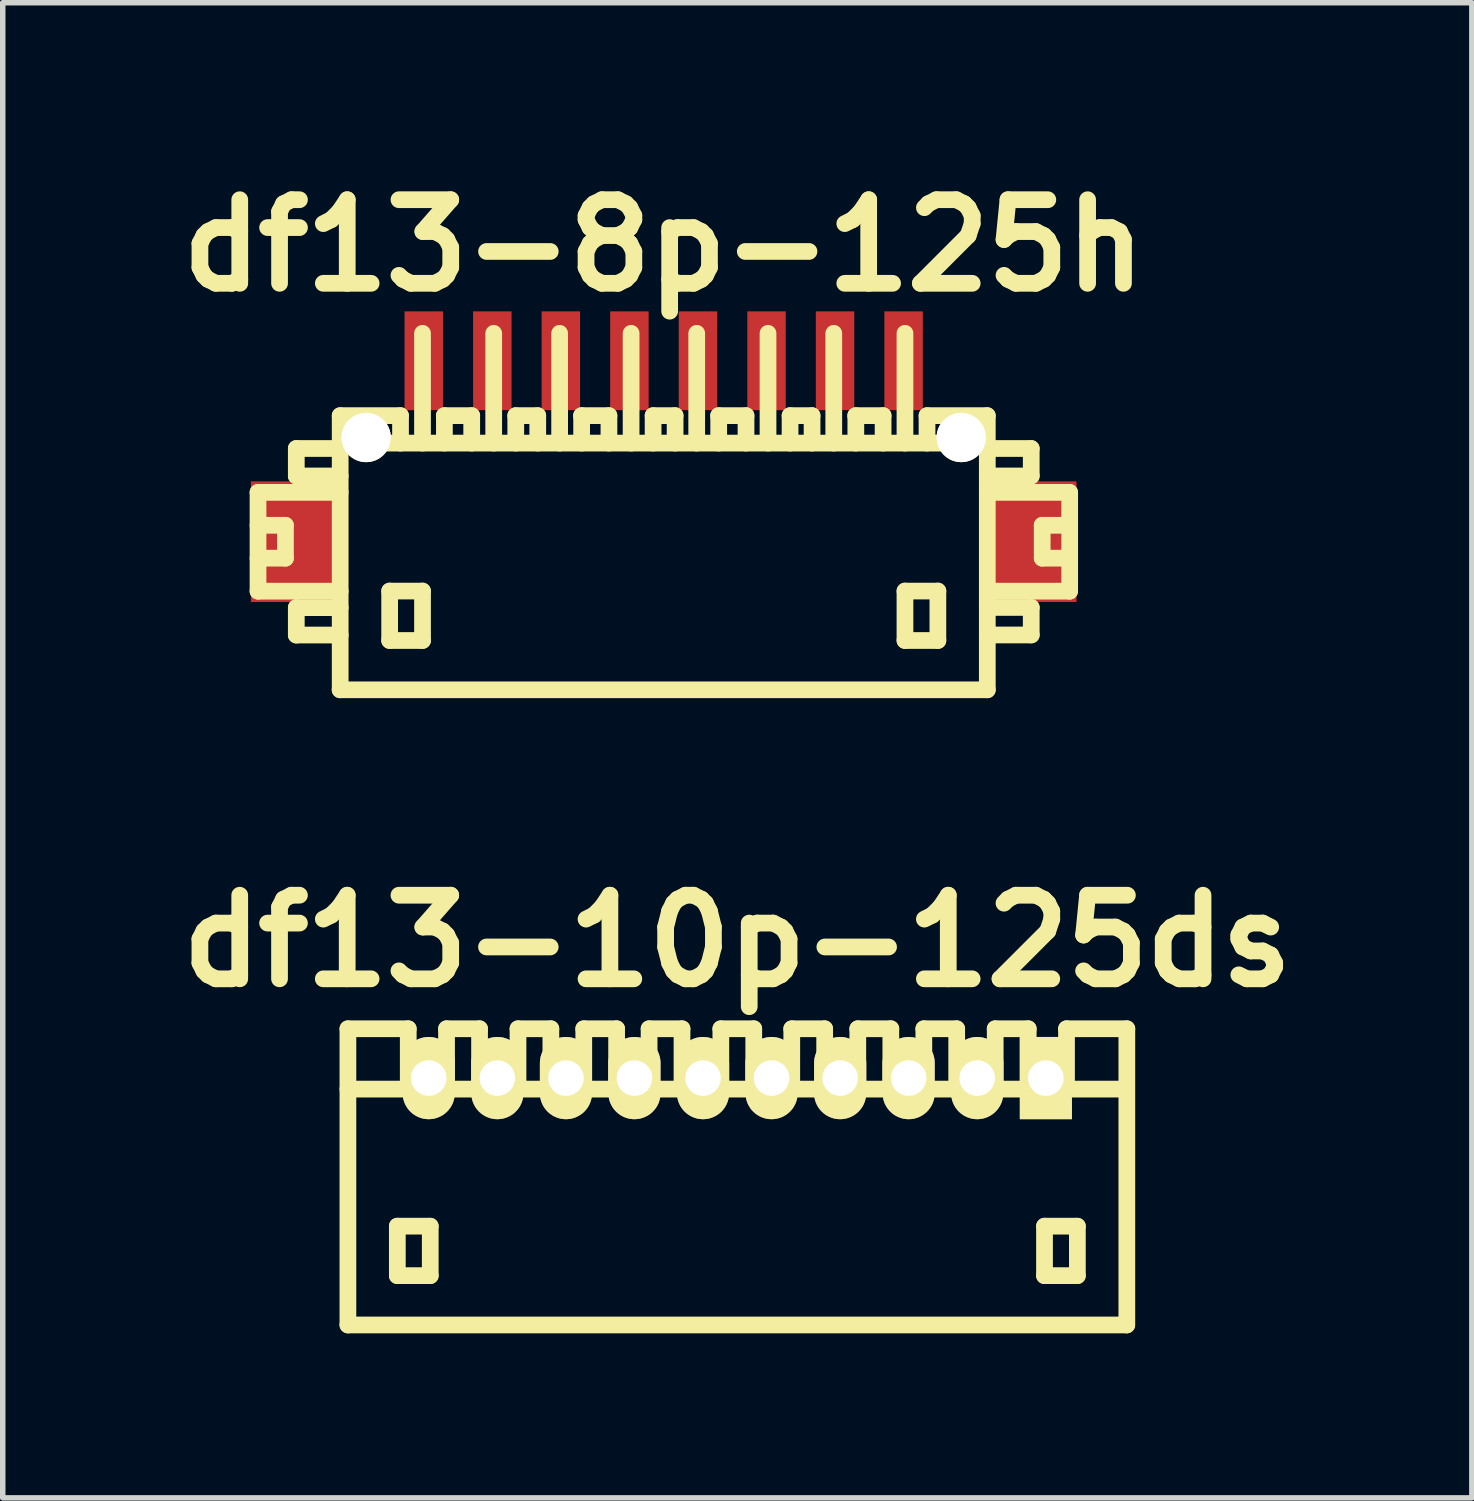
<source format=kicad_pcb>
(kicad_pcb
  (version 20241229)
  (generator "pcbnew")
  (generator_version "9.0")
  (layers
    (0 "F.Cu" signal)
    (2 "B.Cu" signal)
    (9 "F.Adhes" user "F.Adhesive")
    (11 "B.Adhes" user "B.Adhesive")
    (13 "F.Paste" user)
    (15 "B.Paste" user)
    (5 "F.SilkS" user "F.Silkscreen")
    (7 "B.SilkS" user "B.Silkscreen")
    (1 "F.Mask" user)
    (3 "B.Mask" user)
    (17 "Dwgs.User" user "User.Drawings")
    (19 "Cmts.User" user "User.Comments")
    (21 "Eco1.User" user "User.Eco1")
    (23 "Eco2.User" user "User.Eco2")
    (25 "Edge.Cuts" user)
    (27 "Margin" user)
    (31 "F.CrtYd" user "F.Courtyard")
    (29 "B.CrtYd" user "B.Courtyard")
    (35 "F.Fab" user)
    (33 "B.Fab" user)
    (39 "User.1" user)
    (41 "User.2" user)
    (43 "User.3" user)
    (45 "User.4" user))
  (footprint "df13-10p-125ds"
    (layer "F.Cu")
    (at 10.392 18.406)
    (property "Reference" "df13-10p-125ds" (at 0 -4.3 0) (layer "F.SilkS") (effects (font (size 1.524 1.524) (thickness 0.305))))
    (attr through_hole)
    (fp_line (start -7.099 2.7) (end -7.099 -2.7) (stroke (width 0.305) (type solid)) (layer "F.SilkS"))
    (fp_line (start -7.099 2.7) (end 7.099 2.7) (stroke (width 0.305) (type solid)) (layer "F.SilkS"))
    (fp_line (start -6.198 0.899) (end -6.198 1.801) (stroke (width 0.305) (type solid)) (layer "F.SilkS"))
    (fp_line (start -6.198 1.801) (end -5.598 1.801) (stroke (width 0.305) (type solid)) (layer "F.SilkS"))
    (fp_line (start -5.999 -2.7) (end -7.099 -2.7) (stroke (width 0.305) (type solid)) (layer "F.SilkS"))
    (fp_line (start -5.999 -1.6) (end -5.999 -2.7) (stroke (width 0.305) (type solid)) (layer "F.SilkS"))
    (fp_line (start -5.598 0.899) (end -6.198 0.899) (stroke (width 0.305) (type solid)) (layer "F.SilkS"))
    (fp_line (start -5.598 1.801) (end -5.598 0.899) (stroke (width 0.305) (type solid)) (layer "F.SilkS"))
    (fp_line (start -5.301 -2.7) (end -5.301 -1.6) (stroke (width 0.305) (type solid)) (layer "F.SilkS"))
    (fp_line (start -4.699 -2.7) (end -5.301 -2.7) (stroke (width 0.305) (type solid)) (layer "F.SilkS"))
    (fp_line (start -4.699 -2.7) (end -4.699 -1.6) (stroke (width 0.305) (type solid)) (layer "F.SilkS"))
    (fp_line (start -3.998 -2.7) (end -3.998 -1.6) (stroke (width 0.305) (type solid)) (layer "F.SilkS"))
    (fp_line (start -3.399 -2.7) (end -3.998 -2.7) (stroke (width 0.305) (type solid)) (layer "F.SilkS"))
    (fp_line (start -3.399 -2.7) (end -3.399 -1.6) (stroke (width 0.305) (type solid)) (layer "F.SilkS"))
    (fp_line (start -2.799 -2.7) (end -2.799 -1.6) (stroke (width 0.305) (type solid)) (layer "F.SilkS"))
    (fp_line (start -2.2 -2.7) (end -2.799 -2.7) (stroke (width 0.305) (type solid)) (layer "F.SilkS"))
    (fp_line (start -2.2 -1.6) (end -2.2 -2.7) (stroke (width 0.305) (type solid)) (layer "F.SilkS"))
    (fp_line (start -1.608 -1.6) (end -1.608 -2.7) (stroke (width 0.305) (type solid)) (layer "F.SilkS"))
    (fp_line (start -1.008 -2.7) (end -1.608 -2.7) (stroke (width 0.305) (type solid)) (layer "F.SilkS"))
    (fp_line (start -1.008 -1.6) (end -1.008 -2.7) (stroke (width 0.305) (type solid)) (layer "F.SilkS"))
    (fp_line (start -0.3 -2.7) (end 0.3 -2.7) (stroke (width 0.305) (type solid)) (layer "F.SilkS"))
    (fp_line (start -0.3 -1.6) (end -0.3 -2.7) (stroke (width 0.305) (type solid)) (layer "F.SilkS"))
    (fp_line (start 0.3 -2.7) (end 0.3 -1.6) (stroke (width 0.305) (type solid)) (layer "F.SilkS"))
    (fp_line (start 0.993 -2.7) (end 1.593 -2.7) (stroke (width 0.305) (type solid)) (layer "F.SilkS"))
    (fp_line (start 0.993 -1.6) (end 0.993 -2.7) (stroke (width 0.305) (type solid)) (layer "F.SilkS"))
    (fp_line (start 1.593 -2.7) (end 1.593 -1.6) (stroke (width 0.305) (type solid)) (layer "F.SilkS"))
    (fp_line (start 2.197 -2.7) (end 2.799 -2.7) (stroke (width 0.305) (type solid)) (layer "F.SilkS"))
    (fp_line (start 2.197 -1.6) (end 2.197 -2.7) (stroke (width 0.305) (type solid)) (layer "F.SilkS"))
    (fp_line (start 2.799 -2.7) (end 2.799 -1.6) (stroke (width 0.305) (type solid)) (layer "F.SilkS"))
    (fp_line (start 3.401 -2.7) (end 4 -2.7) (stroke (width 0.305) (type solid)) (layer "F.SilkS"))
    (fp_line (start 3.401 -1.6) (end 3.401 -2.7) (stroke (width 0.305) (type solid)) (layer "F.SilkS"))
    (fp_line (start 4 -2.7) (end 4 -1.6) (stroke (width 0.305) (type solid)) (layer "F.SilkS"))
    (fp_line (start 4.702 -2.7) (end 5.304 -2.7) (stroke (width 0.305) (type solid)) (layer "F.SilkS"))
    (fp_line (start 4.702 -1.6) (end 4.702 -2.7) (stroke (width 0.305) (type solid)) (layer "F.SilkS"))
    (fp_line (start 5.304 -2.7) (end 5.304 -1.6) (stroke (width 0.305) (type solid)) (layer "F.SilkS"))
    (fp_line (start 5.601 0.899) (end 6.2 0.899) (stroke (width 0.305) (type solid)) (layer "F.SilkS"))
    (fp_line (start 5.601 1.801) (end 5.601 0.899) (stroke (width 0.305) (type solid)) (layer "F.SilkS"))
    (fp_line (start 6.002 -1.6) (end 6.002 -2.7) (stroke (width 0.305) (type solid)) (layer "F.SilkS"))
    (fp_line (start 6.2 0.899) (end 6.2 1.801) (stroke (width 0.305) (type solid)) (layer "F.SilkS"))
    (fp_line (start 6.2 1.801) (end 5.601 1.801) (stroke (width 0.305) (type solid)) (layer "F.SilkS"))
    (fp_line (start 7.099 -1.6) (end -7.099 -1.6) (stroke (width 0.305) (type solid)) (layer "F.SilkS"))
    (fp_line (start 7.102 -2.7) (end 6.002 -2.7) (stroke (width 0.305) (type solid)) (layer "F.SilkS"))
    (fp_line (start 7.102 2.7) (end 7.102 -2.7) (stroke (width 0.305) (type solid)) (layer "F.SilkS"))
    (pad "1" thru_hole rect (at 5.626 -1.801) (size 0.95 1.499) (drill 0.648) (layers "*.Cu" "*.Mask" "F.SilkS"))
    (pad "2" thru_hole oval (at 4.374 -1.801) (size 0.95 1.499) (drill 0.648) (layers "*.Cu" "*.Mask" "F.SilkS"))
    (pad "3" thru_hole oval (at 3.124 -1.801) (size 0.95 1.499) (drill 0.648) (layers "*.Cu" "*.Mask" "F.SilkS"))
    (pad "4" thru_hole oval (at 1.875 -1.801) (size 0.95 1.499) (drill 0.648) (layers "*.Cu" "*.Mask" "F.SilkS"))
    (pad "5" thru_hole oval (at 0.625 -1.801) (size 0.95 1.499) (drill 0.648) (layers "*.Cu" "*.Mask" "F.SilkS"))
    (pad "6" thru_hole oval (at -0.625 -1.801) (size 0.95 1.499) (drill 0.648) (layers "*.Cu" "*.Mask" "F.SilkS"))
    (pad "7" thru_hole oval (at -1.875 -1.801) (size 0.95 1.499) (drill 0.648) (layers "*.Cu" "*.Mask" "F.SilkS"))
    (pad "8" thru_hole oval (at -3.124 -1.801) (size 0.95 1.499) (drill 0.648) (layers "*.Cu" "*.Mask" "F.SilkS"))
    (pad "9" thru_hole oval (at -4.374 -1.801) (size 0.95 1.499) (drill 0.648) (layers "*.Cu" "*.Mask" "F.SilkS"))
    (pad "10" thru_hole oval (at -5.626 -1.801) (size 0.95 1.499) (drill 0.648) (layers "*.Cu" "*.Mask" "F.SilkS")))
  (footprint "df13-8p-125h"
    (layer "F.Cu")
    (at 9.05 7.027)
    (property "Reference" "df13-8p-125h" (at 0 -5.601 0) (layer "F.SilkS") (effects (font (size 1.524 1.524) (thickness 0.305))))
    (attr through_hole)
    (fp_line (start -7.396 -1.1) (end -7.396 0.701) (stroke (width 0.305) (type solid)) (layer "F.SilkS"))
    (fp_line (start -7.396 0.701) (end -5.898 0.701) (stroke (width 0.305) (type solid)) (layer "F.SilkS"))
    (fp_line (start -6.896 -0.5) (end -7.396 -0.5) (stroke (width 0.305) (type solid)) (layer "F.SilkS"))
    (fp_line (start -6.896 0.099) (end -7.396 0.099) (stroke (width 0.305) (type solid)) (layer "F.SilkS"))
    (fp_line (start -6.896 0.099) (end -6.896 -0.5) (stroke (width 0.305) (type solid)) (layer "F.SilkS"))
    (fp_line (start -6.698 -1.9) (end -6.698 -1.4) (stroke (width 0.305) (type solid)) (layer "F.SilkS"))
    (fp_line (start -6.698 -1.9) (end -5.898 -1.9) (stroke (width 0.305) (type solid)) (layer "F.SilkS"))
    (fp_line (start -6.698 1.001) (end -6.698 1.501) (stroke (width 0.305) (type solid)) (layer "F.SilkS"))
    (fp_line (start -6.698 1.501) (end -5.898 1.501) (stroke (width 0.305) (type solid)) (layer "F.SilkS"))
    (fp_line (start -5.9 -1.999) (end 5.9 -1.999) (stroke (width 0.305) (type solid)) (layer "F.SilkS"))
    (fp_line (start -5.9 2.499) (end 5.9 2.499) (stroke (width 0.305) (type solid)) (layer "F.SilkS"))
    (fp_line (start -5.898 -1.4) (end -6.698 -1.4) (stroke (width 0.305) (type solid)) (layer "F.SilkS"))
    (fp_line (start -5.898 -1.1) (end -7.396 -1.1) (stroke (width 0.305) (type solid)) (layer "F.SilkS"))
    (fp_line (start -5.898 1.001) (end -6.698 1.001) (stroke (width 0.305) (type solid)) (layer "F.SilkS"))
    (fp_line (start -5.898 2.499) (end -5.898 -2.499) (stroke (width 0.305) (type solid)) (layer "F.SilkS"))
    (fp_line (start -4.996 0.699) (end -4.996 1.6) (stroke (width 0.305) (type solid)) (layer "F.SilkS"))
    (fp_line (start -4.996 1.6) (end -4.397 1.6) (stroke (width 0.305) (type solid)) (layer "F.SilkS"))
    (fp_line (start -4.798 -2.499) (end -5.898 -2.499) (stroke (width 0.305) (type solid)) (layer "F.SilkS"))
    (fp_line (start -4.798 -2.499) (end -4.798 -1.999) (stroke (width 0.305) (type solid)) (layer "F.SilkS"))
    (fp_line (start -4.397 -4) (end -4.397 -1.999) (stroke (width 0.305) (type solid)) (layer "F.SilkS"))
    (fp_line (start -4.397 0.699) (end -4.996 0.699) (stroke (width 0.305) (type solid)) (layer "F.SilkS"))
    (fp_line (start -4.397 1.6) (end -4.397 0.699) (stroke (width 0.305) (type solid)) (layer "F.SilkS"))
    (fp_line (start -4 -2.499) (end -3.5 -2.499) (stroke (width 0.305) (type solid)) (layer "F.SilkS"))
    (fp_line (start -3.998 -1.999) (end -3.998 -2.499) (stroke (width 0.305) (type solid)) (layer "F.SilkS"))
    (fp_line (start -3.5 -2.499) (end -3.5 -1.999) (stroke (width 0.305) (type solid)) (layer "F.SilkS"))
    (fp_line (start -3.099 -1.999) (end -3.099 -4) (stroke (width 0.305) (type solid)) (layer "F.SilkS"))
    (fp_line (start -2.697 -2.499) (end -2.697 -1.999) (stroke (width 0.305) (type solid)) (layer "F.SilkS"))
    (fp_line (start -2.296 -2.499) (end -2.697 -2.499) (stroke (width 0.305) (type solid)) (layer "F.SilkS"))
    (fp_line (start -2.296 -2.499) (end -2.296 -1.999) (stroke (width 0.305) (type solid)) (layer "F.SilkS"))
    (fp_line (start -1.897 -1.999) (end -1.897 -4) (stroke (width 0.305) (type solid)) (layer "F.SilkS"))
    (fp_line (start -1.499 -2.499) (end -0.998 -2.499) (stroke (width 0.305) (type solid)) (layer "F.SilkS"))
    (fp_line (start -1.496 -1.999) (end -1.496 -2.499) (stroke (width 0.305) (type solid)) (layer "F.SilkS"))
    (fp_line (start -0.998 -2.499) (end -0.998 -1.999) (stroke (width 0.305) (type solid)) (layer "F.SilkS"))
    (fp_line (start -0.594 -1.999) (end -0.594 -4) (stroke (width 0.305) (type solid)) (layer "F.SilkS"))
    (fp_line (start -0.193 -2.499) (end -0.193 -1.999) (stroke (width 0.305) (type solid)) (layer "F.SilkS"))
    (fp_line (start 0.208 -2.499) (end -0.193 -2.499) (stroke (width 0.305) (type solid)) (layer "F.SilkS"))
    (fp_line (start 0.208 -2.499) (end 0.208 -1.999) (stroke (width 0.305) (type solid)) (layer "F.SilkS"))
    (fp_line (start 0.602 -1.999) (end 0.602 -4) (stroke (width 0.305) (type solid)) (layer "F.SilkS"))
    (fp_line (start 1.001 -2.499) (end 1.501 -2.499) (stroke (width 0.305) (type solid)) (layer "F.SilkS"))
    (fp_line (start 1.003 -1.999) (end 1.003 -2.499) (stroke (width 0.305) (type solid)) (layer "F.SilkS"))
    (fp_line (start 1.501 -2.499) (end 1.501 -1.999) (stroke (width 0.305) (type solid)) (layer "F.SilkS"))
    (fp_line (start 1.902 -1.999) (end 1.902 -4) (stroke (width 0.305) (type solid)) (layer "F.SilkS"))
    (fp_line (start 2.304 -2.499) (end 2.304 -1.999) (stroke (width 0.305) (type solid)) (layer "F.SilkS"))
    (fp_line (start 2.705 -2.499) (end 2.304 -2.499) (stroke (width 0.305) (type solid)) (layer "F.SilkS"))
    (fp_line (start 2.705 -2.499) (end 2.705 -1.999) (stroke (width 0.305) (type solid)) (layer "F.SilkS"))
    (fp_line (start 3.101 -1.999) (end 3.101 -4) (stroke (width 0.305) (type solid)) (layer "F.SilkS"))
    (fp_line (start 3.5 -2.499) (end 4 -2.499) (stroke (width 0.305) (type solid)) (layer "F.SilkS"))
    (fp_line (start 3.503 -1.999) (end 3.503 -2.499) (stroke (width 0.305) (type solid)) (layer "F.SilkS"))
    (fp_line (start 4 -2.499) (end 4 -1.999) (stroke (width 0.305) (type solid)) (layer "F.SilkS"))
    (fp_line (start 4.399 -1.999) (end 4.399 -4) (stroke (width 0.305) (type solid)) (layer "F.SilkS"))
    (fp_line (start 4.399 0.699) (end 4.999 0.699) (stroke (width 0.305) (type solid)) (layer "F.SilkS"))
    (fp_line (start 4.399 1.6) (end 4.399 0.699) (stroke (width 0.305) (type solid)) (layer "F.SilkS"))
    (fp_line (start 4.801 -2.499) (end 4.801 -1.999) (stroke (width 0.305) (type solid)) (layer "F.SilkS"))
    (fp_line (start 4.999 0.699) (end 4.999 1.6) (stroke (width 0.305) (type solid)) (layer "F.SilkS"))
    (fp_line (start 4.999 1.6) (end 4.399 1.6) (stroke (width 0.305) (type solid)) (layer "F.SilkS"))
    (fp_line (start 5.9 -2.499) (end 4.801 -2.499) (stroke (width 0.305) (type solid)) (layer "F.SilkS"))
    (fp_line (start 5.9 -2.499) (end 5.9 2.499) (stroke (width 0.305) (type solid)) (layer "F.SilkS"))
    (fp_line (start 5.9 -1.9) (end 6.701 -1.9) (stroke (width 0.305) (type solid)) (layer "F.SilkS"))
    (fp_line (start 5.9 0.998) (end 6.701 0.998) (stroke (width 0.305) (type solid)) (layer "F.SilkS"))
    (fp_line (start 6.701 -1.9) (end 6.701 -1.4) (stroke (width 0.305) (type solid)) (layer "F.SilkS"))
    (fp_line (start 6.701 -1.4) (end 5.9 -1.4) (stroke (width 0.305) (type solid)) (layer "F.SilkS"))
    (fp_line (start 6.701 0.998) (end 6.701 1.499) (stroke (width 0.305) (type solid)) (layer "F.SilkS"))
    (fp_line (start 6.701 1.499) (end 5.9 1.499) (stroke (width 0.305) (type solid)) (layer "F.SilkS"))
    (fp_line (start 6.901 0.099) (end 6.901 -0.5) (stroke (width 0.305) (type solid)) (layer "F.SilkS"))
    (fp_line (start 7.399 -1.1) (end 5.9 -1.1) (stroke (width 0.305) (type solid)) (layer "F.SilkS"))
    (fp_line (start 7.399 0.701) (end 5.999 0.701) (stroke (width 0.305) (type solid)) (layer "F.SilkS"))
    (fp_line (start 7.402 -1.1) (end 7.402 0.701) (stroke (width 0.305) (type solid)) (layer "F.SilkS"))
    (fp_line (start 7.402 -0.5) (end 6.901 -0.5) (stroke (width 0.305) (type solid)) (layer "F.SilkS"))
    (fp_line (start 7.402 0.099) (end 6.901 0.099) (stroke (width 0.305) (type solid)) (layer "F.SilkS"))
    (pad "" smd rect (at -6.726 -0.201) (size 1.6 2.2) (layers "F.Cu" "F.Mask" "F.Paste"))
    (pad "" np_thru_hole circle (at -5.425 -2.101) (size 0.899 0.899) (drill 0.899) (layers "*.Cu" "*.Mask" "F.SilkS"))
    (pad "" np_thru_hole circle (at 5.425 -2.101) (size 0.899 0.899) (drill 0.899) (layers "*.Cu" "*.Mask" "F.SilkS"))
    (pad "" smd rect (at 6.726 -0.201) (size 1.6 2.2) (layers "F.Cu" "F.Mask" "F.Paste"))
    (pad "1" smd rect (at 4.374 -3.5) (size 0.701 1.801) (layers "F.Cu" "F.Mask" "F.Paste"))
    (pad "2" smd rect (at 3.124 -3.5) (size 0.701 1.801) (layers "F.Cu" "F.Mask" "F.Paste"))
    (pad "3" smd rect (at 1.875 -3.5) (size 0.701 1.801) (layers "F.Cu" "F.Mask" "F.Paste"))
    (pad "4" smd rect (at 0.625 -3.5) (size 0.701 1.801) (layers "F.Cu" "F.Mask" "F.Paste"))
    (pad "5" smd rect (at -0.625 -3.5) (size 0.701 1.801) (layers "F.Cu" "F.Mask" "F.Paste"))
    (pad "6" smd rect (at -1.875 -3.5) (size 0.701 1.801) (layers "F.Cu" "F.Mask" "F.Paste"))
    (pad "7" smd rect (at -3.124 -3.5) (size 0.701 1.801) (layers "F.Cu" "F.Mask" "F.Paste"))
    (pad "8" smd rect (at -4.374 -3.5) (size 0.701 1.801) (layers "F.Cu" "F.Mask" "F.Paste")))
  (gr_rect
    (start -3 -3)
    (end 23.784 24.258)
    (stroke (width 0.1) (type default))
    (fill no)
    (layer "Edge.Cuts")))
</source>
